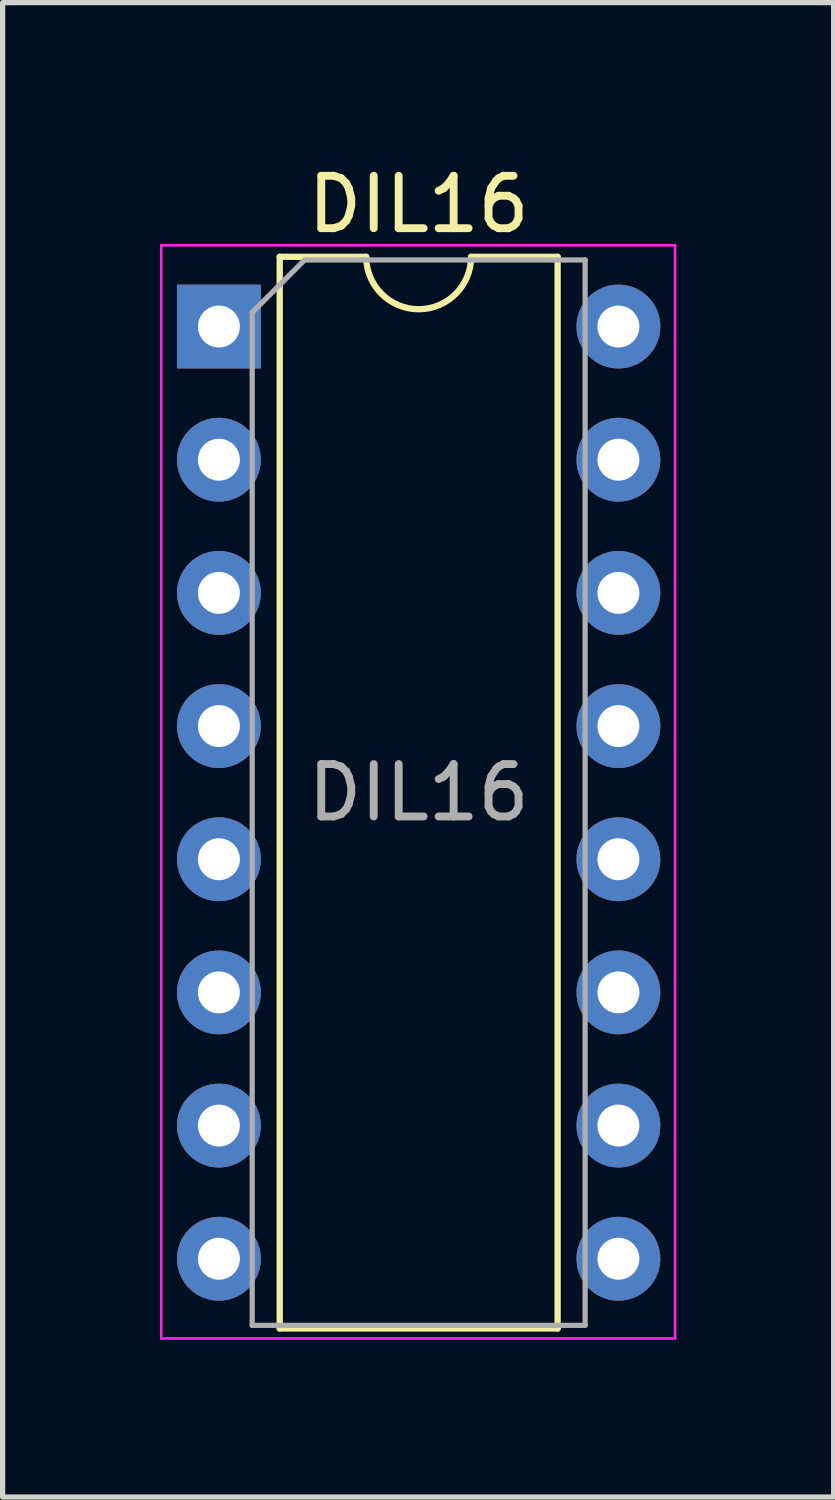
<source format=kicad_pcb>
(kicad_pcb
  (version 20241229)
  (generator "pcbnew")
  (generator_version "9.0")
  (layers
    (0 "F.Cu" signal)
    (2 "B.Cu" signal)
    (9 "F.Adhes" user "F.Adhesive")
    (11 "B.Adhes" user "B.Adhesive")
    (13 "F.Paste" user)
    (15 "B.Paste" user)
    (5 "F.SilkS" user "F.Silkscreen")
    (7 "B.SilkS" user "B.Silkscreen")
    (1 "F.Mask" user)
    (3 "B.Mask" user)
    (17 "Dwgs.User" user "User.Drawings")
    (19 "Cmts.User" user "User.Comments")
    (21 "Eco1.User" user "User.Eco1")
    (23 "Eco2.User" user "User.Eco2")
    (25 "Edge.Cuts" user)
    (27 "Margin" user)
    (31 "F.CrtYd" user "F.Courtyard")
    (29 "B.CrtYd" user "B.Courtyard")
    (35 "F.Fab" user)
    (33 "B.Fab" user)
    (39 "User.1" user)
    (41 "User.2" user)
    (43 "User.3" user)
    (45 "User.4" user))
  (footprint "DIL16"
    (layer "F.Cu")
    (at 1.125 3.178)
    (property "Reference" "DIL16" (at 3.81 -2.33 0) (layer "F.SilkS") (effects (font (size 1 1) (thickness 0.15))))
    (attr through_hole)
    (fp_line (start 1.16 -1.33) (end 1.16 19.11) (stroke (width 0.12) (type solid)) (layer "F.SilkS"))
    (fp_line (start 1.16 19.11) (end 6.46 19.11) (stroke (width 0.12) (type solid)) (layer "F.SilkS"))
    (fp_line (start 2.81 -1.33) (end 1.16 -1.33) (stroke (width 0.12) (type solid)) (layer "F.SilkS"))
    (fp_line (start 6.46 -1.33) (end 4.81 -1.33) (stroke (width 0.12) (type solid)) (layer "F.SilkS"))
    (fp_line (start 6.46 19.11) (end 6.46 -1.33) (stroke (width 0.12) (type solid)) (layer "F.SilkS"))
    (fp_arc (start 4.81 -1.33) (mid 3.81 -0.33) (end 2.81 -1.33) (stroke (width 0.12) (type solid)) (layer "F.SilkS"))
    (fp_line (start -1.1 -1.55) (end -1.1 19.3) (stroke (width 0.05) (type solid)) (layer "F.CrtYd"))
    (fp_line (start -1.1 19.3) (end 8.7 19.3) (stroke (width 0.05) (type solid)) (layer "F.CrtYd"))
    (fp_line (start 8.7 -1.55) (end -1.1 -1.55) (stroke (width 0.05) (type solid)) (layer "F.CrtYd"))
    (fp_line (start 8.7 19.3) (end 8.7 -1.55) (stroke (width 0.05) (type solid)) (layer "F.CrtYd"))
    (fp_line (start 0.635 -0.27) (end 1.635 -1.27) (stroke (width 0.1) (type solid)) (layer "F.Fab"))
    (fp_line (start 0.635 19.05) (end 0.635 -0.27) (stroke (width 0.1) (type solid)) (layer "F.Fab"))
    (fp_line (start 1.635 -1.27) (end 6.985 -1.27) (stroke (width 0.1) (type solid)) (layer "F.Fab"))
    (fp_line (start 6.985 -1.27) (end 6.985 19.05) (stroke (width 0.1) (type solid)) (layer "F.Fab"))
    (fp_line (start 6.985 19.05) (end 0.635 19.05) (stroke (width 0.1) (type solid)) (layer "F.Fab"))
    (fp_text user "${REFERENCE}" (at 3.81 8.89 0) (layer "F.Fab") (effects (font (size 1 1) (thickness 0.15))))
    (pad "1" thru_hole rect (at 0 0) (size 1.6 1.6) (drill 0.8) (layers "*.Cu" "*.Mask"))
    (pad "2" thru_hole oval (at 0 2.54) (size 1.6 1.6) (drill 0.8) (layers "*.Cu" "*.Mask"))
    (pad "3" thru_hole oval (at 0 5.08) (size 1.6 1.6) (drill 0.8) (layers "*.Cu" "*.Mask"))
    (pad "4" thru_hole oval (at 0 7.62) (size 1.6 1.6) (drill 0.8) (layers "*.Cu" "*.Mask"))
    (pad "5" thru_hole oval (at 0 10.16) (size 1.6 1.6) (drill 0.8) (layers "*.Cu" "*.Mask"))
    (pad "6" thru_hole oval (at 0 12.7) (size 1.6 1.6) (drill 0.8) (layers "*.Cu" "*.Mask"))
    (pad "7" thru_hole oval (at 0 15.24) (size 1.6 1.6) (drill 0.8) (layers "*.Cu" "*.Mask"))
    (pad "8" thru_hole oval (at 0 17.78) (size 1.6 1.6) (drill 0.8) (layers "*.Cu" "*.Mask"))
    (pad "9" thru_hole oval (at 7.62 17.78) (size 1.6 1.6) (drill 0.8) (layers "*.Cu" "*.Mask"))
    (pad "10" thru_hole oval (at 7.62 15.24) (size 1.6 1.6) (drill 0.8) (layers "*.Cu" "*.Mask"))
    (pad "11" thru_hole oval (at 7.62 12.7) (size 1.6 1.6) (drill 0.8) (layers "*.Cu" "*.Mask"))
    (pad "12" thru_hole oval (at 7.62 10.16) (size 1.6 1.6) (drill 0.8) (layers "*.Cu" "*.Mask"))
    (pad "13" thru_hole oval (at 7.62 7.62) (size 1.6 1.6) (drill 0.8) (layers "*.Cu" "*.Mask"))
    (pad "14" thru_hole oval (at 7.62 5.08) (size 1.6 1.6) (drill 0.8) (layers "*.Cu" "*.Mask"))
    (pad "15" thru_hole oval (at 7.62 2.54) (size 1.6 1.6) (drill 0.8) (layers "*.Cu" "*.Mask"))
    (pad "16" thru_hole oval (at 7.62 0) (size 1.6 1.6) (drill 0.8) (layers "*.Cu" "*.Mask")))
  (gr_rect
    (start -3 -3)
    (end 12.85 25.503)
    (stroke (width 0.1) (type default))
    (fill no)
    (layer "Edge.Cuts")))
</source>
